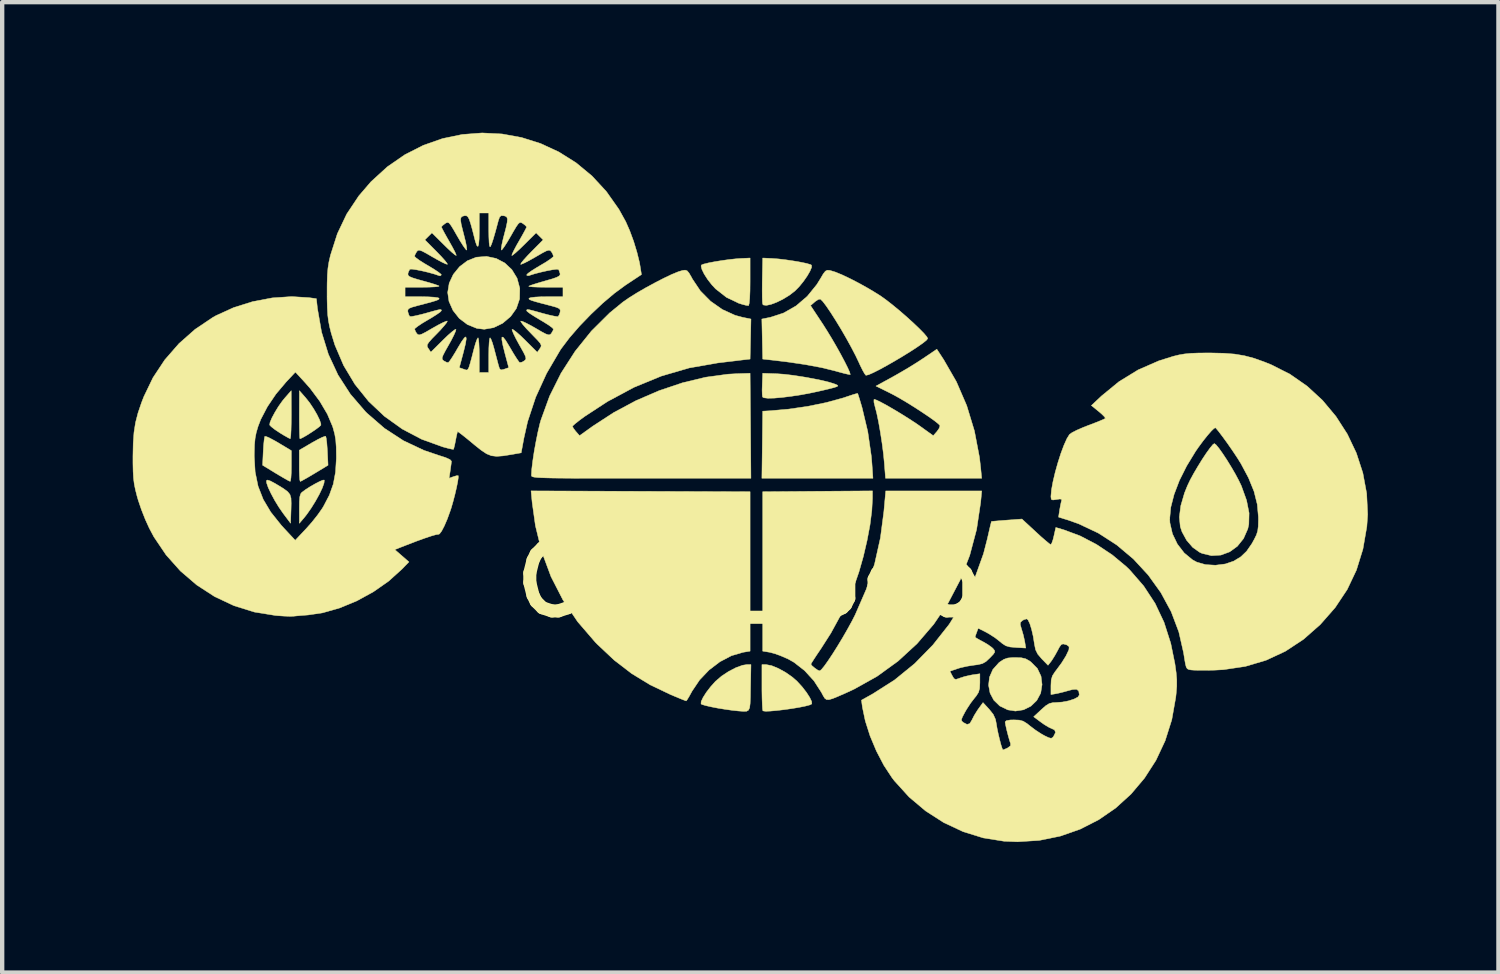
<source format=kicad_pcb>
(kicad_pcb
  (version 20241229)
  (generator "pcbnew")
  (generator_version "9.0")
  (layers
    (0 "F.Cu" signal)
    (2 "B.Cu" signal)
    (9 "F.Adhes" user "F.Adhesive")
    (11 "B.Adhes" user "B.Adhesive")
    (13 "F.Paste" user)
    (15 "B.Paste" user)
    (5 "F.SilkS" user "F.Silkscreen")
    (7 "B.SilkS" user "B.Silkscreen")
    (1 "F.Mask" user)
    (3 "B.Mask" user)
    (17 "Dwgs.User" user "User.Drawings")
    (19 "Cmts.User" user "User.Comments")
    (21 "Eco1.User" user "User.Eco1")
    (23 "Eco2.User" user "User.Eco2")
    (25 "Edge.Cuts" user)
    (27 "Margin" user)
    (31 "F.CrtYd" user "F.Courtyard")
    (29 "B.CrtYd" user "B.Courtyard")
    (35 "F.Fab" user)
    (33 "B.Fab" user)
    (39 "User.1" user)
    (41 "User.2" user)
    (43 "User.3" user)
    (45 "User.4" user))
  (footprint "CCC_logo"
    (layer "F.Cu")
    (at 14.168 10.299)
    (property "Reference" "CCC_logo" (at 0 0 0) (layer "F.SilkS") (effects (font (size 1.524 1.524) (thickness 0.3))))
    (attr through_hole)
    (fp_poly (pts (xy -11.007 -2.298) (xy -10.894 -2.238) (xy -10.853 -2.213) (xy -10.706 -2.124) (xy -10.611 -2.054) (xy -10.556 -1.987) (xy -10.531 -1.903) (xy -10.527 -1.786) (xy -10.53 -1.649) (xy -10.541 -1.326) (xy -10.713 -1.555) (xy -10.811 -1.697) (xy -10.906 -1.852) (xy -10.989 -2.007) (xy -11.054 -2.144) (xy -11.091 -2.251) (xy -11.097 -2.303) (xy -11.072 -2.319) (xy -11.007 -2.298)) (stroke (width 0.01) (type solid)) (fill yes) (layer "F.SilkS"))
    (fp_poly (pts (xy -9.772 -2.25) (xy -9.812 -2.137) (xy -9.879 -1.995) (xy -9.967 -1.836) (xy -10.066 -1.676) (xy -10.169 -1.529) (xy -10.231 -1.451) (xy -10.339 -1.324) (xy -10.34 -1.656) (xy -10.338 -1.823) (xy -10.329 -1.933) (xy -10.31 -2) (xy -10.281 -2.037) (xy -10.195 -2.1) (xy -10.087 -2.169) (xy -9.973 -2.234) (xy -9.87 -2.287) (xy -9.796 -2.318) (xy -9.766 -2.318) (xy -9.772 -2.25)) (stroke (width 0.01) (type solid)) (fill yes) (layer "F.SilkS"))
    (fp_poly (pts (xy -11.092 -3.315) (xy -11.007 -3.276) (xy -10.889 -3.213) (xy -10.816 -3.17) (xy -10.523 -2.994) (xy -10.523 -2.64) (xy -10.525 -2.49) (xy -10.532 -2.372) (xy -10.543 -2.301) (xy -10.55 -2.287) (xy -10.591 -2.305) (xy -10.678 -2.354) (xy -10.798 -2.424) (xy -10.881 -2.474) (xy -11.184 -2.659) (xy -11.169 -2.98) (xy -11.16 -3.125) (xy -11.148 -3.242) (xy -11.136 -3.312) (xy -11.131 -3.323) (xy -11.092 -3.315)) (stroke (width 0.01) (type solid)) (fill yes) (layer "F.SilkS"))
    (fp_poly (pts (xy -10.195 -4.209) (xy -10.103 -4.093) (xy -10.013 -3.958) (xy -9.934 -3.823) (xy -9.875 -3.702) (xy -9.845 -3.612) (xy -9.845 -3.579) (xy -9.88 -3.544) (xy -9.959 -3.485) (xy -10.062 -3.415) (xy -10.169 -3.347) (xy -10.262 -3.294) (xy -10.32 -3.267) (xy -10.326 -3.266) (xy -10.331 -3.3) (xy -10.335 -3.394) (xy -10.338 -3.536) (xy -10.34 -3.714) (xy -10.34 -3.819) (xy -10.338 -4.372) (xy -10.195 -4.209)) (stroke (width 0.01) (type solid)) (fill yes) (layer "F.SilkS"))
    (fp_poly (pts (xy -9.734 -3.324) (xy -9.722 -3.279) (xy -9.709 -3.18) (xy -9.699 -3.044) (xy -9.695 -2.979) (xy -9.68 -2.659) (xy -9.988 -2.472) (xy -10.121 -2.393) (xy -10.23 -2.331) (xy -10.301 -2.293) (xy -10.319 -2.286) (xy -10.329 -2.32) (xy -10.336 -2.411) (xy -10.341 -2.543) (xy -10.341 -2.645) (xy -10.341 -3.005) (xy -10.05 -3.176) (xy -9.92 -3.248) (xy -9.815 -3.3) (xy -9.749 -3.324) (xy -9.734 -3.324)) (stroke (width 0.01) (type solid)) (fill yes) (layer "F.SilkS"))
    (fp_poly (pts (xy 2.503 -4.271) (xy 2.532 -4.181) (xy 2.57 -4.053) (xy 2.591 -3.982) (xy 2.722 -3.432) (xy 2.804 -2.864) (xy 2.818 -2.694) (xy 2.841 -2.359) (xy 0.289 -2.359) (xy 0.299 -3.13) (xy 0.308 -3.901) (xy 0.472 -3.91) (xy 0.904 -3.948) (xy 1.344 -4.012) (xy 1.768 -4.099) (xy 2.151 -4.204) (xy 2.272 -4.244) (xy 2.383 -4.281) (xy 2.462 -4.304) (xy 2.49 -4.308) (xy 2.503 -4.271)) (stroke (width 0.01) (type solid)) (fill yes) (layer "F.SilkS"))
    (fp_poly (pts (xy -10.524 -3.819) (xy -10.526 -3.628) (xy -10.53 -3.466) (xy -10.536 -3.345) (xy -10.545 -3.278) (xy -10.55 -3.268) (xy -10.592 -3.288) (xy -10.678 -3.336) (xy -10.788 -3.403) (xy -10.792 -3.406) (xy -10.902 -3.479) (xy -10.984 -3.543) (xy -11.022 -3.583) (xy -11.022 -3.584) (xy -11.013 -3.644) (xy -10.97 -3.746) (xy -10.902 -3.873) (xy -10.819 -4.009) (xy -10.729 -4.136) (xy -10.669 -4.209) (xy -10.526 -4.372) (xy -10.524 -3.819)) (stroke (width 0.01) (type solid)) (fill yes) (layer "F.SilkS"))
    (fp_poly (pts (xy -5.816 -7.41) (xy -5.619 -7.306) (xy -5.456 -7.153) (xy -5.337 -6.958) (xy -5.275 -6.729) (xy -5.274 -6.72) (xy -5.279 -6.479) (xy -5.353 -6.26) (xy -5.483 -6.078) (xy -5.669 -5.92) (xy -5.876 -5.82) (xy -6.09 -5.783) (xy -6.259 -5.803) (xy -6.477 -5.891) (xy -6.664 -6.032) (xy -6.808 -6.214) (xy -6.901 -6.423) (xy -6.931 -6.629) (xy -6.896 -6.842) (xy -6.802 -7.044) (xy -6.659 -7.22) (xy -6.479 -7.357) (xy -6.275 -7.438) (xy -6.271 -7.439) (xy -6.037 -7.457) (xy -5.816 -7.41)) (stroke (width 0.01) (type solid)) (fill yes) (layer "F.SilkS"))
    (fp_poly (pts (xy 0.018 -6.879) (xy 0.016 -6.663) (xy 0.009 -6.494) (xy -0.002 -6.38) (xy -0.016 -6.329) (xy -0.018 -6.327) (xy -0.07 -6.332) (xy -0.166 -6.357) (xy -0.243 -6.381) (xy -0.525 -6.516) (xy -0.774 -6.711) (xy -0.859 -6.802) (xy -0.956 -6.926) (xy -1.036 -7.05) (xy -1.089 -7.159) (xy -1.108 -7.236) (xy -1.1 -7.26) (xy -1.049 -7.281) (xy -0.943 -7.307) (xy -0.798 -7.335) (xy -0.631 -7.362) (xy -0.459 -7.386) (xy -0.298 -7.403) (xy -0.2 -7.41) (xy 0.018 -7.42) (xy 0.018 -6.879)) (stroke (width 0.01) (type solid)) (fill yes) (layer "F.SilkS"))
    (fp_poly (pts (xy 6.253 1.766) (xy 6.351 1.789) (xy 6.438 1.838) (xy 6.471 1.862) (xy 6.619 2.011) (xy 6.703 2.188) (xy 6.727 2.381) (xy 6.696 2.578) (xy 6.606 2.746) (xy 6.471 2.877) (xy 6.302 2.961) (xy 6.113 2.99) (xy 5.94 2.963) (xy 5.755 2.873) (xy 5.618 2.74) (xy 5.532 2.577) (xy 5.498 2.396) (xy 5.519 2.211) (xy 5.596 2.035) (xy 5.733 1.881) (xy 5.757 1.862) (xy 5.849 1.802) (xy 5.939 1.771) (xy 6.061 1.76) (xy 6.114 1.76) (xy 6.253 1.766)) (stroke (width 0.01) (type solid)) (fill yes) (layer "F.SilkS"))
    (fp_poly (pts (xy 0.635 -4.761) (xy 0.804 -4.749) (xy 1.012 -4.724) (xy 1.239 -4.689) (xy 1.467 -4.648) (xy 1.678 -4.605) (xy 1.853 -4.561) (xy 1.97 -4.523) (xy 2.018 -4.502) (xy 2.036 -4.484) (xy 2.017 -4.467) (xy 1.95 -4.444) (xy 1.829 -4.413) (xy 1.686 -4.379) (xy 1.446 -4.326) (xy 1.205 -4.28) (xy 0.971 -4.244) (xy 0.756 -4.217) (xy 0.571 -4.201) (xy 0.426 -4.198) (xy 0.333 -4.209) (xy 0.304 -4.227) (xy 0.297 -4.283) (xy 0.294 -4.389) (xy 0.298 -4.521) (xy 0.308 -4.772) (xy 0.635 -4.761)) (stroke (width 0.01) (type solid)) (fill yes) (layer "F.SilkS"))
    (fp_poly (pts (xy 0.39 1.923) (xy 0.514 1.947) (xy 0.669 2.011) (xy 0.836 2.103) (xy 0.995 2.215) (xy 1.101 2.309) (xy 1.214 2.433) (xy 1.313 2.561) (xy 1.389 2.679) (xy 1.433 2.772) (xy 1.436 2.826) (xy 1.39 2.849) (xy 1.288 2.876) (xy 1.145 2.905) (xy 0.977 2.933) (xy 0.8 2.958) (xy 0.629 2.978) (xy 0.481 2.991) (xy 0.371 2.995) (xy 0.314 2.986) (xy 0.312 2.985) (xy 0.304 2.943) (xy 0.298 2.841) (xy 0.293 2.695) (xy 0.29 2.516) (xy 0.29 2.443) (xy 0.29 1.923) (xy 0.39 1.923)) (stroke (width 0.01) (type solid)) (fill yes) (layer "F.SilkS"))
    (fp_poly (pts (xy 0.526 -7.41) (xy 0.672 -7.399) (xy 0.84 -7.379) (xy 1.014 -7.353) (xy 1.177 -7.325) (xy 1.312 -7.297) (xy 1.402 -7.271) (xy 1.429 -7.257) (xy 1.432 -7.208) (xy 1.395 -7.119) (xy 1.329 -7.005) (xy 1.243 -6.882) (xy 1.147 -6.764) (xy 1.052 -6.667) (xy 0.925 -6.568) (xy 0.782 -6.48) (xy 0.636 -6.407) (xy 0.502 -6.356) (xy 0.393 -6.332) (xy 0.323 -6.341) (xy 0.307 -6.36) (xy 0.301 -6.412) (xy 0.297 -6.522) (xy 0.296 -6.676) (xy 0.297 -6.857) (xy 0.298 -6.914) (xy 0.308 -7.42) (xy 0.526 -7.41)) (stroke (width 0.01) (type solid)) (fill yes) (layer "F.SilkS"))
    (fp_poly (pts (xy 0.028 2.458) (xy 0.025 2.669) (xy 0.019 2.818) (xy 0.007 2.914) (xy -0.019 2.97) (xy -0.062 2.994) (xy -0.129 2.997) (xy -0.226 2.99) (xy -0.254 2.988) (xy -0.394 2.973) (xy -0.556 2.95) (xy -0.723 2.923) (xy -0.877 2.893) (xy -1.004 2.864) (xy -1.087 2.839) (xy -1.109 2.826) (xy -1.106 2.77) (xy -1.062 2.677) (xy -0.987 2.559) (xy -0.89 2.433) (xy -0.782 2.312) (xy -0.772 2.302) (xy -0.636 2.186) (xy -0.475 2.08) (xy -0.308 1.993) (xy -0.157 1.938) (xy -0.063 1.923) (xy 0.038 1.923) (xy 0.028 2.458)) (stroke (width 0.01) (type solid)) (fill yes) (layer "F.SilkS"))
    (fp_poly (pts (xy -2.498 -2.059) (xy 0.018 -2.05) (xy 0.018 1.613) (xy -0.145 1.64) (xy -0.413 1.719) (xy -0.677 1.858) (xy -0.925 2.047) (xy -1.142 2.275) (xy -1.314 2.53) (xy -1.326 2.552) (xy -1.384 2.657) (xy -1.429 2.731) (xy -1.451 2.757) (xy -1.49 2.743) (xy -1.581 2.707) (xy -1.708 2.654) (xy -1.806 2.613) (xy -2.276 2.389) (xy -2.703 2.129) (xy -3.104 1.821) (xy -3.495 1.453) (xy -3.54 1.407) (xy -3.944 0.938) (xy -4.283 0.436) (xy -4.557 -0.099) (xy -4.768 -0.667) (xy -4.915 -1.27) (xy -4.99 -1.805) (xy -5.015 -2.069) (xy -2.498 -2.059)) (stroke (width 0.01) (type solid)) (fill yes) (layer "F.SilkS"))
    (fp_poly (pts (xy 10.726 -3.127) (xy 10.793 -3.046) (xy 10.878 -2.926) (xy 10.975 -2.779) (xy 11.074 -2.618) (xy 11.169 -2.455) (xy 11.25 -2.302) (xy 11.307 -2.183) (xy 11.426 -1.853) (xy 11.484 -1.56) (xy 11.478 -1.303) (xy 11.455 -1.197) (xy 11.357 -0.974) (xy 11.214 -0.796) (xy 11.037 -0.668) (xy 10.836 -0.594) (xy 10.621 -0.581) (xy 10.404 -0.633) (xy 10.347 -0.659) (xy 10.188 -0.772) (xy 10.048 -0.935) (xy 9.943 -1.128) (xy 9.903 -1.248) (xy 9.882 -1.468) (xy 9.915 -1.728) (xy 10 -2.02) (xy 10.067 -2.187) (xy 10.13 -2.319) (xy 10.213 -2.472) (xy 10.309 -2.635) (xy 10.408 -2.795) (xy 10.504 -2.94) (xy 10.588 -3.056) (xy 10.652 -3.133) (xy 10.686 -3.157) (xy 10.726 -3.127)) (stroke (width 0.01) (type solid)) (fill yes) (layer "F.SilkS"))
    (fp_poly (pts (xy 4.467 -5.084) (xy 4.759 -4.577) (xy 4.996 -4.029) (xy 5.173 -3.447) (xy 5.289 -2.84) (xy 5.316 -2.603) (xy 5.34 -2.359) (xy 3.13 -2.359) (xy 3.104 -2.694) (xy 3.083 -2.914) (xy 3.051 -3.16) (xy 3.012 -3.414) (xy 2.97 -3.653) (xy 2.927 -3.859) (xy 2.89 -4) (xy 2.864 -4.107) (xy 2.864 -4.166) (xy 2.874 -4.173) (xy 2.928 -4.154) (xy 3.031 -4.103) (xy 3.17 -4.028) (xy 3.331 -3.934) (xy 3.502 -3.831) (xy 3.671 -3.725) (xy 3.826 -3.624) (xy 3.922 -3.557) (xy 4.227 -3.338) (xy 4.311 -3.433) (xy 4.363 -3.507) (xy 4.382 -3.565) (xy 4.381 -3.569) (xy 4.344 -3.61) (xy 4.255 -3.681) (xy 4.127 -3.772) (xy 3.971 -3.877) (xy 3.799 -3.989) (xy 3.622 -4.099) (xy 3.452 -4.2) (xy 3.3 -4.284) (xy 3.235 -4.317) (xy 2.91 -4.478) (xy 3.292 -4.687) (xy 3.485 -4.797) (xy 3.696 -4.922) (xy 3.892 -5.045) (xy 3.991 -5.11) (xy 4.309 -5.325) (xy 4.467 -5.084)) (stroke (width 0.01) (type solid)) (fill yes) (layer "F.SilkS"))
    (fp_poly (pts (xy 2.83 -1.895) (xy 2.815 -1.614) (xy 2.773 -1.285) (xy 2.706 -0.929) (xy 2.621 -0.564) (xy 2.52 -0.209) (xy 2.407 0.118) (xy 2.389 0.163) (xy 2.157 0.682) (xy 1.875 1.198) (xy 1.647 1.555) (xy 1.555 1.691) (xy 1.48 1.805) (xy 1.431 1.883) (xy 1.415 1.912) (xy 1.442 1.95) (xy 1.504 2.002) (xy 1.572 2.049) (xy 1.618 2.067) (xy 1.656 2.038) (xy 1.724 1.955) (xy 1.813 1.83) (xy 1.918 1.672) (xy 2.031 1.492) (xy 2.147 1.3) (xy 2.258 1.107) (xy 2.359 0.923) (xy 2.432 0.78) (xy 2.687 0.193) (xy 2.879 -0.391) (xy 3.013 -0.991) (xy 3.092 -1.595) (xy 3.135 -2.068) (xy 5.341 -2.068) (xy 5.316 -1.805) (xy 5.223 -1.183) (xy 5.065 -0.588) (xy 4.847 -0.024) (xy 4.57 0.505) (xy 4.238 0.995) (xy 3.854 1.442) (xy 3.419 1.842) (xy 2.937 2.191) (xy 2.411 2.485) (xy 2.232 2.568) (xy 2.048 2.649) (xy 1.919 2.702) (xy 1.832 2.728) (xy 1.774 2.726) (xy 1.733 2.696) (xy 1.697 2.637) (xy 1.657 2.561) (xy 1.485 2.295) (xy 1.269 2.059) (xy 1.025 1.869) (xy 0.896 1.796) (xy 0.746 1.73) (xy 0.597 1.674) (xy 0.479 1.642) (xy 0.472 1.64) (xy 0.308 1.613) (xy 0.308 -2.05) (xy 1.569 -2.06) (xy 2.83 -2.069) (xy 2.83 -1.895)) (stroke (width 0.01) (type solid)) (fill yes) (layer "F.SilkS"))
    (fp_poly (pts (xy 1.85 -7.136) (xy 1.861 -7.133) (xy 1.979 -7.097) (xy 2.143 -7.029) (xy 2.337 -6.936) (xy 2.548 -6.826) (xy 2.759 -6.707) (xy 2.957 -6.587) (xy 3.022 -6.545) (xy 3.15 -6.453) (xy 3.298 -6.337) (xy 3.459 -6.204) (xy 3.62 -6.064) (xy 3.773 -5.925) (xy 3.907 -5.797) (xy 4.013 -5.689) (xy 4.08 -5.609) (xy 4.1 -5.57) (xy 4.069 -5.53) (xy 3.985 -5.463) (xy 3.859 -5.375) (xy 3.703 -5.273) (xy 3.527 -5.164) (xy 3.342 -5.054) (xy 3.16 -4.95) (xy 2.992 -4.858) (xy 2.849 -4.786) (xy 2.742 -4.739) (xy 2.682 -4.725) (xy 2.679 -4.725) (xy 2.649 -4.762) (xy 2.6 -4.849) (xy 2.541 -4.969) (xy 2.524 -5.008) (xy 2.444 -5.176) (xy 2.344 -5.368) (xy 2.23 -5.575) (xy 2.109 -5.784) (xy 1.987 -5.984) (xy 1.872 -6.165) (xy 1.77 -6.315) (xy 1.688 -6.423) (xy 1.633 -6.477) (xy 1.588 -6.469) (xy 1.517 -6.423) (xy 1.504 -6.412) (xy 1.407 -6.328) (xy 1.694 -5.894) (xy 1.793 -5.737) (xy 1.899 -5.563) (xy 2.005 -5.38) (xy 2.104 -5.202) (xy 2.191 -5.038) (xy 2.26 -4.9) (xy 2.305 -4.799) (xy 2.32 -4.746) (xy 2.318 -4.741) (xy 2.28 -4.746) (xy 2.187 -4.767) (xy 2.056 -4.802) (xy 1.959 -4.829) (xy 1.656 -4.903) (xy 1.286 -4.972) (xy 0.854 -5.035) (xy 0.562 -5.07) (xy 0.308 -5.098) (xy 0.298 -5.558) (xy 0.288 -6.018) (xy 0.488 -6.059) (xy 0.79 -6.158) (xy 1.075 -6.321) (xy 1.332 -6.541) (xy 1.551 -6.811) (xy 1.634 -6.945) (xy 1.7 -7.057) (xy 1.748 -7.118) (xy 1.792 -7.14) (xy 1.85 -7.136)) (stroke (width 0.01) (type solid)) (fill yes) (layer "F.SilkS"))
    (fp_poly (pts (xy -1.429 -7.127) (xy -1.386 -7.077) (xy -1.329 -6.979) (xy -1.307 -6.937) (xy -1.124 -6.664) (xy -0.891 -6.428) (xy -0.621 -6.238) (xy -0.327 -6.104) (xy -0.161 -6.059) (xy 0.038 -6.018) (xy 0.028 -5.558) (xy 0.018 -5.098) (xy -0.181 -5.075) (xy -0.309 -5.059) (xy -0.479 -5.039) (xy -0.663 -5.017) (xy -0.737 -5.008) (xy -1.384 -4.894) (xy -2.02 -4.708) (xy -2.646 -4.451) (xy -3.26 -4.122) (xy -3.783 -3.78) (xy -3.904 -3.691) (xy -3.999 -3.616) (xy -4.055 -3.565) (xy -4.064 -3.552) (xy -4.042 -3.508) (xy -3.989 -3.438) (xy -3.982 -3.431) (xy -3.901 -3.338) (xy -3.597 -3.556) (xy -3.116 -3.869) (xy -2.604 -4.143) (xy -2.073 -4.372) (xy -1.536 -4.553) (xy -1.005 -4.681) (xy -0.491 -4.751) (xy -0.29 -4.762) (xy 0.018 -4.772) (xy 0.028 -3.565) (xy 0.037 -2.359) (xy -2.485 -2.359) (xy -2.974 -2.359) (xy -3.395 -2.359) (xy -3.753 -2.359) (xy -4.054 -2.36) (xy -4.303 -2.362) (xy -4.504 -2.364) (xy -4.663 -2.368) (xy -4.784 -2.372) (xy -4.873 -2.377) (xy -4.935 -2.384) (xy -4.974 -2.392) (xy -4.996 -2.402) (xy -5.005 -2.413) (xy -5.007 -2.427) (xy -5.007 -2.429) (xy -4.999 -2.568) (xy -4.976 -2.757) (xy -4.943 -2.976) (xy -4.901 -3.207) (xy -4.856 -3.429) (xy -4.81 -3.623) (xy -4.788 -3.699) (xy -4.589 -4.247) (xy -4.325 -4.776) (xy -4.002 -5.278) (xy -3.628 -5.743) (xy -3.209 -6.159) (xy -2.905 -6.408) (xy -2.762 -6.507) (xy -2.583 -6.619) (xy -2.381 -6.736) (xy -2.171 -6.85) (xy -1.967 -6.955) (xy -1.783 -7.043) (xy -1.632 -7.105) (xy -1.537 -7.134) (xy -1.475 -7.142) (xy -1.429 -7.127)) (stroke (width 0.01) (type solid)) (fill yes) (layer "F.SilkS"))
    (fp_poly (pts (xy -10.114 -6.509) (xy -9.948 -6.486) (xy -9.924 -6.264) (xy -9.829 -5.718) (xy -9.672 -5.208) (xy -9.451 -4.733) (xy -9.168 -4.294) (xy -8.822 -3.892) (xy -8.784 -3.854) (xy -8.384 -3.507) (xy -7.946 -3.222) (xy -7.475 -3) (xy -7.148 -2.889) (xy -6.979 -2.835) (xy -6.878 -2.789) (xy -6.844 -2.751) (xy -6.844 -2.748) (xy -6.852 -2.682) (xy -6.866 -2.577) (xy -6.873 -2.527) (xy -6.899 -2.359) (xy -6.801 -2.396) (xy -6.726 -2.418) (xy -6.688 -2.419) (xy -6.687 -2.375) (xy -6.701 -2.278) (xy -6.728 -2.144) (xy -6.764 -1.989) (xy -6.806 -1.828) (xy -6.849 -1.679) (xy -6.872 -1.61) (xy -6.94 -1.422) (xy -7.008 -1.264) (xy -7.069 -1.147) (xy -7.119 -1.08) (xy -7.147 -1.07) (xy -7.194 -1.065) (xy -7.3 -1.035) (xy -7.456 -0.983) (xy -7.655 -0.911) (xy -7.888 -0.821) (xy -8.037 -0.763) (xy -8.146 -0.719) (xy -7.821 -0.437) (xy -7.984 -0.269) (xy -8.289 0.006) (xy -8.64 0.251) (xy -9.02 0.459) (xy -9.415 0.622) (xy -9.809 0.734) (xy -10.137 0.782) (xy -10.281 0.793) (xy -10.407 0.804) (xy -10.487 0.812) (xy -10.564 0.813) (xy -10.691 0.808) (xy -10.842 0.798) (xy -10.886 0.794) (xy -11.373 0.715) (xy -11.842 0.569) (xy -12.286 0.36) (xy -12.698 0.093) (xy -13.072 -0.228) (xy -13.402 -0.598) (xy -13.682 -1.013) (xy -13.789 -1.214) (xy -13.879 -1.412) (xy -13.968 -1.637) (xy -14.041 -1.852) (xy -14.067 -1.941) (xy -14.106 -2.094) (xy -14.133 -2.227) (xy -14.15 -2.36) (xy -14.159 -2.513) (xy -14.163 -2.705) (xy -14.163 -2.867) (xy -11.376 -2.867) (xy -11.355 -2.504) (xy -11.288 -2.177) (xy -11.17 -1.874) (xy -10.995 -1.58) (xy -10.757 -1.282) (xy -10.687 -1.205) (xy -10.434 -0.934) (xy -10.179 -1.205) (xy -10.05 -1.351) (xy -9.923 -1.511) (xy -9.819 -1.658) (xy -9.787 -1.709) (xy -9.65 -1.971) (xy -9.559 -2.227) (xy -9.508 -2.501) (xy -9.489 -2.816) (xy -9.489 -2.867) (xy -9.492 -3.075) (xy -9.503 -3.235) (xy -9.526 -3.371) (xy -9.563 -3.509) (xy -9.576 -3.551) (xy -9.696 -3.834) (xy -9.871 -4.13) (xy -10.09 -4.424) (xy -10.216 -4.567) (xy -10.43 -4.799) (xy -10.644 -4.571) (xy -10.877 -4.295) (xy -11.074 -4.003) (xy -11.225 -3.714) (xy -11.288 -3.551) (xy -11.33 -3.409) (xy -11.356 -3.275) (xy -11.37 -3.124) (xy -11.375 -2.932) (xy -11.376 -2.867) (xy -14.163 -2.867) (xy -14.157 -3.165) (xy -14.139 -3.414) (xy -14.104 -3.638) (xy -14.047 -3.859) (xy -13.965 -4.1) (xy -13.913 -4.234) (xy -13.703 -4.67) (xy -13.432 -5.08) (xy -13.106 -5.454) (xy -12.736 -5.781) (xy -12.33 -6.054) (xy -12.254 -6.097) (xy -11.847 -6.282) (xy -11.41 -6.419) (xy -10.961 -6.504) (xy -10.517 -6.534) (xy -10.114 -6.509)) (stroke (width 0.01) (type solid)) (fill yes) (layer "F.SilkS"))
    (fp_poly (pts (xy 10.595 -5.239) (xy 10.898 -5.232) (xy 11.151 -5.213) (xy 11.377 -5.175) (xy 11.6 -5.116) (xy 11.84 -5.03) (xy 11.991 -4.969) (xy 12.423 -4.751) (xy 12.818 -4.476) (xy 13.172 -4.15) (xy 13.481 -3.78) (xy 13.742 -3.374) (xy 13.949 -2.939) (xy 14.098 -2.482) (xy 14.186 -2.009) (xy 14.209 -1.529) (xy 14.19 -1.251) (xy 14.1 -0.731) (xy 13.951 -0.25) (xy 13.739 0.197) (xy 13.462 0.613) (xy 13.12 1.002) (xy 12.734 1.342) (xy 12.318 1.616) (xy 11.873 1.823) (xy 11.398 1.964) (xy 10.894 2.039) (xy 10.686 2.05) (xy 10.506 2.053) (xy 10.343 2.053) (xy 10.217 2.05) (xy 10.149 2.045) (xy 10.098 2.035) (xy 10.064 2.018) (xy 10.04 1.98) (xy 10.021 1.907) (xy 10 1.787) (xy 9.979 1.652) (xy 9.869 1.17) (xy 9.694 0.707) (xy 9.457 0.269) (xy 9.166 -0.136) (xy 8.826 -0.504) (xy 8.442 -0.827) (xy 8.02 -1.099) (xy 7.565 -1.314) (xy 7.318 -1.401) (xy 7.226 -1.429) (xy 9.66 -1.429) (xy 9.665 -1.335) (xy 9.723 -1.083) (xy 9.836 -0.847) (xy 9.994 -0.642) (xy 10.185 -0.485) (xy 10.283 -0.432) (xy 10.482 -0.375) (xy 10.71 -0.361) (xy 10.939 -0.39) (xy 11.132 -0.456) (xy 11.294 -0.555) (xy 11.427 -0.682) (xy 11.547 -0.855) (xy 11.604 -0.958) (xy 11.653 -1.058) (xy 11.682 -1.149) (xy 11.695 -1.256) (xy 11.699 -1.403) (xy 11.698 -1.47) (xy 11.672 -1.761) (xy 11.598 -2.057) (xy 11.471 -2.369) (xy 11.299 -2.692) (xy 11.215 -2.827) (xy 11.108 -2.988) (xy 10.991 -3.157) (xy 10.876 -3.315) (xy 10.777 -3.445) (xy 10.714 -3.52) (xy 10.681 -3.507) (xy 10.616 -3.445) (xy 10.528 -3.344) (xy 10.426 -3.216) (xy 10.32 -3.072) (xy 10.256 -2.98) (xy 10.05 -2.642) (xy 9.883 -2.309) (xy 9.761 -1.989) (xy 9.685 -1.693) (xy 9.66 -1.429) (xy 7.226 -1.429) (xy 7.106 -1.467) (xy 7.13 -1.627) (xy 7.15 -1.738) (xy 7.169 -1.824) (xy 7.175 -1.842) (xy 7.177 -1.876) (xy 7.136 -1.883) (xy 7.063 -1.872) (xy 6.976 -1.86) (xy 6.939 -1.875) (xy 6.931 -1.931) (xy 6.931 -1.949) (xy 6.944 -2.095) (xy 6.978 -2.281) (xy 7.028 -2.493) (xy 7.09 -2.714) (xy 7.158 -2.927) (xy 7.229 -3.117) (xy 7.297 -3.269) (xy 7.357 -3.366) (xy 7.359 -3.368) (xy 7.417 -3.409) (xy 7.527 -3.465) (xy 7.672 -3.528) (xy 7.794 -3.576) (xy 7.947 -3.634) (xy 8.072 -3.684) (xy 8.155 -3.721) (xy 8.182 -3.737) (xy 8.164 -3.769) (xy 8.102 -3.831) (xy 8.028 -3.895) (xy 7.86 -4.031) (xy 8.094 -4.251) (xy 8.495 -4.58) (xy 8.933 -4.849) (xy 9.411 -5.058) (xy 9.742 -5.162) (xy 9.874 -5.194) (xy 10.001 -5.216) (xy 10.143 -5.23) (xy 10.317 -5.237) (xy 10.542 -5.239) (xy 10.595 -5.239)) (stroke (width 0.01) (type solid)) (fill yes) (layer "F.SilkS"))
    (fp_poly (pts (xy 6.582 -1.129) (xy 6.707 -1.014) (xy 6.815 -0.921) (xy 6.892 -0.857) (xy 6.927 -0.835) (xy 6.95 -0.867) (xy 6.979 -0.95) (xy 6.999 -1.032) (xy 7.043 -1.229) (xy 7.232 -1.173) (xy 7.602 -1.035) (xy 7.976 -0.84) (xy 8.336 -0.601) (xy 8.662 -0.33) (xy 8.744 -0.25) (xy 9.062 0.116) (xy 9.324 0.515) (xy 9.53 0.951) (xy 9.684 1.432) (xy 9.78 1.903) (xy 9.808 2.104) (xy 9.822 2.266) (xy 9.822 2.419) (xy 9.808 2.593) (xy 9.799 2.676) (xy 9.708 3.19) (xy 9.555 3.673) (xy 9.345 4.121) (xy 9.082 4.53) (xy 8.772 4.897) (xy 8.419 5.218) (xy 8.027 5.488) (xy 7.601 5.705) (xy 7.145 5.864) (xy 6.664 5.962) (xy 6.162 5.994) (xy 5.852 5.981) (xy 5.376 5.905) (xy 4.912 5.761) (xy 4.468 5.553) (xy 4.052 5.286) (xy 3.671 4.965) (xy 3.333 4.592) (xy 3.278 4.52) (xy 3.092 4.237) (xy 2.921 3.91) (xy 2.775 3.562) (xy 2.665 3.217) (xy 2.599 2.903) (xy 2.577 2.74) (xy 2.838 2.594) (xy 3.337 2.276) (xy 3.584 2.075) (xy 4.61 2.075) (xy 4.663 2.178) (xy 4.704 2.246) (xy 4.747 2.263) (xy 4.821 2.239) (xy 4.835 2.233) (xy 4.946 2.197) (xy 5.082 2.166) (xy 5.125 2.158) (xy 5.298 2.133) (xy 5.298 2.34) (xy 5.292 2.469) (xy 5.267 2.56) (xy 5.212 2.646) (xy 5.177 2.688) (xy 5.087 2.805) (xy 4.995 2.946) (xy 4.954 3.017) (xy 4.898 3.123) (xy 4.875 3.185) (xy 4.883 3.221) (xy 4.918 3.253) (xy 4.918 3.253) (xy 5.004 3.297) (xy 5.067 3.277) (xy 5.117 3.192) (xy 5.167 3.093) (xy 5.239 2.977) (xy 5.266 2.938) (xy 5.37 2.795) (xy 5.512 2.949) (xy 5.606 3.067) (xy 5.657 3.181) (xy 5.677 3.284) (xy 5.694 3.389) (xy 5.721 3.518) (xy 5.753 3.65) (xy 5.784 3.768) (xy 5.811 3.851) (xy 5.828 3.883) (xy 5.865 3.869) (xy 5.932 3.84) (xy 6.001 3.789) (xy 6.004 3.74) (xy 5.978 3.66) (xy 5.946 3.545) (xy 5.914 3.421) (xy 5.89 3.312) (xy 5.878 3.244) (xy 5.878 3.24) (xy 5.907 3.21) (xy 5.997 3.195) (xy 6.08 3.193) (xy 6.203 3.198) (xy 6.292 3.222) (xy 6.381 3.277) (xy 6.452 3.334) (xy 6.578 3.429) (xy 6.713 3.517) (xy 6.783 3.556) (xy 6.88 3.602) (xy 6.935 3.616) (xy 6.969 3.599) (xy 6.992 3.571) (xy 7.036 3.482) (xy 7.014 3.423) (xy 6.958 3.397) (xy 6.884 3.363) (xy 6.78 3.301) (xy 6.705 3.248) (xy 6.534 3.121) (xy 6.709 2.958) (xy 6.812 2.867) (xy 6.893 2.817) (xy 6.974 2.797) (xy 7.046 2.794) (xy 7.193 2.783) (xy 7.338 2.755) (xy 7.463 2.714) (xy 7.551 2.668) (xy 7.583 2.62) (xy 7.57 2.531) (xy 7.523 2.49) (xy 7.433 2.494) (xy 7.344 2.517) (xy 7.213 2.553) (xy 7.089 2.583) (xy 7.048 2.591) (xy 6.931 2.611) (xy 6.931 2.407) (xy 6.937 2.275) (xy 6.965 2.18) (xy 7.026 2.086) (xy 7.051 2.054) (xy 7.175 1.886) (xy 7.275 1.726) (xy 7.338 1.593) (xy 7.345 1.573) (xy 7.348 1.511) (xy 7.299 1.472) (xy 7.27 1.462) (xy 7.209 1.447) (xy 7.166 1.464) (xy 7.123 1.525) (xy 7.087 1.594) (xy 7.022 1.712) (xy 6.957 1.816) (xy 6.934 1.849) (xy 6.864 1.938) (xy 6.72 1.79) (xy 6.628 1.682) (xy 6.578 1.581) (xy 6.551 1.449) (xy 6.551 1.446) (xy 6.523 1.271) (xy 6.486 1.111) (xy 6.446 0.982) (xy 6.405 0.897) (xy 6.374 0.871) (xy 6.308 0.891) (xy 6.267 0.916) (xy 6.231 0.953) (xy 6.226 1.003) (xy 6.251 1.091) (xy 6.256 1.107) (xy 6.296 1.243) (xy 6.327 1.382) (xy 6.33 1.397) (xy 6.353 1.542) (xy 6.125 1.529) (xy 5.989 1.517) (xy 5.894 1.49) (xy 5.813 1.438) (xy 5.762 1.395) (xy 5.646 1.304) (xy 5.507 1.215) (xy 5.444 1.18) (xy 5.26 1.087) (xy 5.225 1.181) (xy 5.198 1.255) (xy 5.189 1.29) (xy 5.218 1.313) (xy 5.294 1.357) (xy 5.361 1.392) (xy 5.474 1.457) (xy 5.568 1.524) (xy 5.6 1.553) (xy 5.635 1.598) (xy 5.639 1.637) (xy 5.604 1.688) (xy 5.527 1.769) (xy 5.437 1.853) (xy 5.354 1.9) (xy 5.245 1.925) (xy 5.171 1.934) (xy 5.015 1.958) (xy 4.856 1.993) (xy 4.781 2.016) (xy 4.61 2.075) (xy 3.584 2.075) (xy 3.799 1.9) (xy 4.219 1.471) (xy 4.592 0.998) (xy 4.913 0.486) (xy 5.178 -0.059) (xy 5.382 -0.628) (xy 5.467 -0.958) (xy 5.504 -1.118) (xy 5.534 -1.249) (xy 5.556 -1.336) (xy 5.564 -1.366) (xy 5.6 -1.371) (xy 5.693 -1.379) (xy 5.826 -1.39) (xy 5.917 -1.397) (xy 6.264 -1.423) (xy 6.582 -1.129)) (stroke (width 0.01) (type solid)) (fill yes) (layer "F.SilkS"))
    (fp_poly (pts (xy -5.682 -10.271) (xy -5.232 -10.189) (xy -4.795 -10.051) (xy -4.376 -9.857) (xy -3.981 -9.609) (xy -3.615 -9.306) (xy -3.286 -8.95) (xy -2.998 -8.542) (xy -2.839 -8.255) (xy -2.748 -8.048) (xy -2.658 -7.804) (xy -2.581 -7.55) (xy -2.524 -7.319) (xy -2.51 -7.239) (xy -2.478 -7.04) (xy -2.845 -6.797) (xy -3.096 -6.613) (xy -3.366 -6.385) (xy -3.639 -6.127) (xy -3.9 -5.857) (xy -4.133 -5.588) (xy -4.321 -5.339) (xy -4.346 -5.302) (xy -4.658 -4.77) (xy -4.909 -4.221) (xy -5.094 -3.662) (xy -5.179 -3.283) (xy -5.242 -2.944) (xy -5.463 -2.905) (xy -5.658 -2.874) (xy -5.806 -2.863) (xy -5.926 -2.877) (xy -6.038 -2.922) (xy -6.161 -3.004) (xy -6.316 -3.127) (xy -6.349 -3.155) (xy -6.481 -3.264) (xy -6.591 -3.352) (xy -6.669 -3.411) (xy -6.702 -3.433) (xy -6.703 -3.433) (xy -6.714 -3.395) (xy -6.734 -3.308) (xy -6.749 -3.229) (xy -6.771 -3.12) (xy -6.79 -3.045) (xy -6.797 -3.024) (xy -6.835 -3.028) (xy -6.923 -3.048) (xy -7.042 -3.08) (xy -7.527 -3.255) (xy -7.976 -3.491) (xy -8.385 -3.784) (xy -8.748 -4.127) (xy -9.062 -4.518) (xy -9.322 -4.951) (xy -9.523 -5.421) (xy -9.607 -5.693) (xy -9.645 -5.844) (xy -9.671 -5.979) (xy -9.688 -6.118) (xy -9.697 -6.282) (xy -9.702 -6.488) (xy -9.702 -6.604) (xy -9.702 -6.749) (xy -7.91 -6.749) (xy -7.91 -6.531) (xy -7.531 -6.531) (xy -7.373 -6.528) (xy -7.242 -6.52) (xy -7.157 -6.508) (xy -7.131 -6.497) (xy -7.128 -6.48) (xy -7.146 -6.464) (xy -7.196 -6.443) (xy -7.288 -6.415) (xy -7.431 -6.376) (xy -7.611 -6.329) (xy -7.742 -6.293) (xy -7.815 -6.264) (xy -7.845 -6.233) (xy -7.847 -6.191) (xy -7.845 -6.18) (xy -7.821 -6.106) (xy -7.799 -6.076) (xy -7.753 -6.077) (xy -7.654 -6.096) (xy -7.521 -6.128) (xy -7.442 -6.149) (xy -7.279 -6.195) (xy -7.173 -6.223) (xy -7.113 -6.236) (xy -7.084 -6.235) (xy -7.076 -6.222) (xy -7.076 -6.209) (xy -7.105 -6.178) (xy -7.185 -6.122) (xy -7.3 -6.049) (xy -7.384 -6) (xy -7.515 -5.922) (xy -7.618 -5.853) (xy -7.68 -5.804) (xy -7.691 -5.788) (xy -7.67 -5.732) (xy -7.642 -5.687) (xy -7.615 -5.661) (xy -7.58 -5.654) (xy -7.524 -5.672) (xy -7.434 -5.718) (xy -7.296 -5.798) (xy -7.277 -5.809) (xy -7.143 -5.884) (xy -7.032 -5.94) (xy -6.96 -5.97) (xy -6.939 -5.972) (xy -6.953 -5.938) (xy -7.01 -5.866) (xy -7.098 -5.766) (xy -7.174 -5.687) (xy -7.291 -5.568) (xy -7.362 -5.487) (xy -7.397 -5.434) (xy -7.403 -5.394) (xy -7.385 -5.356) (xy -7.375 -5.341) (xy -7.318 -5.257) (xy -7.038 -5.535) (xy -6.924 -5.645) (xy -6.828 -5.728) (xy -6.763 -5.776) (xy -6.74 -5.782) (xy -6.749 -5.74) (xy -6.788 -5.65) (xy -6.851 -5.526) (xy -6.905 -5.429) (xy -6.987 -5.284) (xy -7.037 -5.187) (xy -7.058 -5.128) (xy -7.055 -5.091) (xy -7.031 -5.065) (xy -7.02 -5.057) (xy -6.953 -5.022) (xy -6.917 -5.018) (xy -6.885 -5.053) (xy -6.828 -5.137) (xy -6.754 -5.257) (xy -6.698 -5.354) (xy -6.608 -5.504) (xy -6.546 -5.589) (xy -6.512 -5.609) (xy -6.504 -5.562) (xy -6.522 -5.448) (xy -6.566 -5.267) (xy -6.579 -5.218) (xy -6.664 -4.901) (xy -6.563 -4.866) (xy -6.521 -4.851) (xy -6.491 -4.846) (xy -6.466 -4.862) (xy -6.443 -4.908) (xy -6.416 -4.994) (xy -6.379 -5.129) (xy -6.329 -5.325) (xy -6.327 -5.332) (xy -6.292 -5.456) (xy -6.259 -5.547) (xy -6.235 -5.587) (xy -6.233 -5.588) (xy -6.222 -5.554) (xy -6.213 -5.462) (xy -6.207 -5.327) (xy -6.205 -5.189) (xy -6.205 -4.79) (xy -5.987 -4.79) (xy -5.987 -5.189) (xy -5.985 -5.349) (xy -5.978 -5.479) (xy -5.968 -5.563) (xy -5.958 -5.588) (xy -5.936 -5.556) (xy -5.903 -5.471) (xy -5.868 -5.351) (xy -5.866 -5.343) (xy -5.827 -5.195) (xy -5.79 -5.055) (xy -5.766 -4.964) (xy -5.74 -4.879) (xy -5.707 -4.849) (xy -5.648 -4.86) (xy -5.63 -4.866) (xy -5.528 -4.901) (xy -5.613 -5.218) (xy -5.662 -5.414) (xy -5.686 -5.542) (xy -5.684 -5.604) (xy -5.656 -5.599) (xy -5.6 -5.529) (xy -5.517 -5.393) (xy -5.494 -5.354) (xy -5.414 -5.218) (xy -5.344 -5.107) (xy -5.294 -5.036) (xy -5.275 -5.018) (xy -5.222 -5.028) (xy -5.172 -5.057) (xy -5.143 -5.083) (xy -5.133 -5.115) (xy -5.146 -5.166) (xy -5.187 -5.251) (xy -5.259 -5.38) (xy -5.287 -5.429) (xy -5.362 -5.567) (xy -5.418 -5.681) (xy -5.449 -5.758) (xy -5.452 -5.782) (xy -5.421 -5.771) (xy -5.35 -5.717) (xy -5.251 -5.629) (xy -5.153 -5.534) (xy -4.872 -5.254) (xy -4.812 -5.339) (xy -4.788 -5.379) (xy -4.783 -5.416) (xy -4.805 -5.462) (xy -4.862 -5.529) (xy -4.96 -5.63) (xy -5.014 -5.686) (xy -5.121 -5.797) (xy -5.202 -5.89) (xy -5.247 -5.952) (xy -5.253 -5.972) (xy -5.214 -5.964) (xy -5.128 -5.925) (xy -5.008 -5.862) (xy -4.915 -5.809) (xy -4.771 -5.725) (xy -4.676 -5.675) (xy -4.617 -5.655) (xy -4.58 -5.659) (xy -4.553 -5.683) (xy -4.55 -5.687) (xy -4.511 -5.754) (xy -4.501 -5.788) (xy -4.53 -5.82) (xy -4.609 -5.878) (xy -4.725 -5.951) (xy -4.808 -6) (xy -4.939 -6.079) (xy -5.043 -6.146) (xy -5.105 -6.194) (xy -5.116 -6.209) (xy -5.114 -6.228) (xy -5.101 -6.236) (xy -5.062 -6.233) (xy -4.987 -6.215) (xy -4.863 -6.181) (xy -4.75 -6.149) (xy -4.604 -6.111) (xy -4.485 -6.085) (xy -4.41 -6.074) (xy -4.393 -6.076) (xy -4.363 -6.123) (xy -4.347 -6.18) (xy -4.344 -6.226) (xy -4.367 -6.258) (xy -4.43 -6.287) (xy -4.547 -6.32) (xy -4.581 -6.329) (xy -4.778 -6.38) (xy -4.916 -6.418) (xy -5.003 -6.445) (xy -5.049 -6.465) (xy -5.064 -6.482) (xy -5.061 -6.497) (xy -5.018 -6.511) (xy -4.918 -6.523) (xy -4.779 -6.53) (xy -4.661 -6.531) (xy -4.282 -6.531) (xy -4.282 -6.749) (xy -4.687 -6.749) (xy -4.846 -6.751) (xy -4.971 -6.756) (xy -5.05 -6.764) (xy -5.069 -6.772) (xy -5.027 -6.791) (xy -4.93 -6.823) (xy -4.796 -6.864) (xy -4.691 -6.894) (xy -4.528 -6.941) (xy -4.425 -6.977) (xy -4.368 -7.008) (xy -4.348 -7.039) (xy -4.348 -7.061) (xy -4.372 -7.134) (xy -4.388 -7.159) (xy -4.432 -7.162) (xy -4.526 -7.15) (xy -4.653 -7.126) (xy -4.794 -7.094) (xy -4.93 -7.059) (xy -5.041 -7.024) (xy -5.059 -7.017) (xy -5.107 -7.016) (xy -5.116 -7.033) (xy -5.087 -7.066) (xy -5.007 -7.124) (xy -4.891 -7.197) (xy -4.809 -7.246) (xy -4.677 -7.324) (xy -4.574 -7.393) (xy -4.512 -7.442) (xy -4.5 -7.459) (xy -4.519 -7.517) (xy -4.548 -7.564) (xy -4.574 -7.592) (xy -4.607 -7.6) (xy -4.661 -7.585) (xy -4.747 -7.541) (xy -4.88 -7.464) (xy -4.916 -7.443) (xy -5.051 -7.367) (xy -5.162 -7.309) (xy -5.235 -7.278) (xy -5.255 -7.275) (xy -5.24 -7.308) (xy -5.182 -7.379) (xy -5.092 -7.478) (xy -5.006 -7.567) (xy -4.737 -7.838) (xy -4.899 -7.999) (xy -5.17 -7.73) (xy -5.282 -7.621) (xy -5.375 -7.537) (xy -5.438 -7.486) (xy -5.458 -7.478) (xy -5.448 -7.514) (xy -5.408 -7.598) (xy -5.345 -7.717) (xy -5.296 -7.802) (xy -5.22 -7.936) (xy -5.16 -8.045) (xy -5.124 -8.115) (xy -5.117 -8.133) (xy -5.143 -8.167) (xy -5.201 -8.212) (xy -5.24 -8.234) (xy -5.272 -8.236) (xy -5.307 -8.209) (xy -5.354 -8.143) (xy -5.422 -8.029) (xy -5.48 -7.927) (xy -5.56 -7.791) (xy -5.629 -7.683) (xy -5.678 -7.617) (xy -5.698 -7.602) (xy -5.7 -7.642) (xy -5.685 -7.734) (xy -5.656 -7.864) (xy -5.637 -7.936) (xy -5.59 -8.117) (xy -5.564 -8.24) (xy -5.558 -8.317) (xy -5.573 -8.361) (xy -5.609 -8.383) (xy -5.642 -8.391) (xy -5.702 -8.394) (xy -5.738 -8.361) (xy -5.768 -8.276) (xy -5.772 -8.259) (xy -5.835 -8.024) (xy -5.885 -7.853) (xy -5.922 -7.742) (xy -5.949 -7.683) (xy -5.955 -7.676) (xy -5.969 -7.695) (xy -5.979 -7.776) (xy -5.985 -7.911) (xy -5.987 -8.048) (xy -5.987 -8.455) (xy -6.205 -8.455) (xy -6.205 -8.053) (xy -6.208 -7.859) (xy -6.219 -7.736) (xy -6.236 -7.685) (xy -6.261 -7.706) (xy -6.294 -7.798) (xy -6.311 -7.864) (xy -6.364 -8.072) (xy -6.405 -8.218) (xy -6.438 -8.314) (xy -6.468 -8.368) (xy -6.5 -8.391) (xy -6.539 -8.393) (xy -6.551 -8.391) (xy -6.599 -8.376) (xy -6.627 -8.348) (xy -6.634 -8.293) (xy -6.621 -8.2) (xy -6.586 -8.057) (xy -6.555 -7.936) (xy -6.52 -7.795) (xy -6.498 -7.682) (xy -6.491 -7.614) (xy -6.494 -7.602) (xy -6.521 -7.626) (xy -6.574 -7.7) (xy -6.646 -7.814) (xy -6.712 -7.927) (xy -6.798 -8.077) (xy -6.857 -8.172) (xy -6.898 -8.223) (xy -6.931 -8.239) (xy -6.965 -8.228) (xy -6.991 -8.212) (xy -7.052 -8.164) (xy -7.075 -8.133) (xy -7.057 -8.094) (xy -7.011 -8.006) (xy -6.944 -7.886) (xy -6.896 -7.802) (xy -6.822 -7.67) (xy -6.766 -7.563) (xy -6.737 -7.494) (xy -6.734 -7.478) (xy -6.765 -7.494) (xy -6.836 -7.553) (xy -6.934 -7.644) (xy -7.022 -7.73) (xy -7.293 -7.999) (xy -7.455 -7.838) (xy -7.186 -7.567) (xy -7.077 -7.454) (xy -6.993 -7.36) (xy -6.944 -7.296) (xy -6.937 -7.275) (xy -6.974 -7.284) (xy -7.06 -7.324) (xy -7.179 -7.388) (xy -7.276 -7.443) (xy -7.42 -7.527) (xy -7.516 -7.578) (xy -7.575 -7.599) (xy -7.612 -7.596) (xy -7.638 -7.572) (xy -7.644 -7.564) (xy -7.682 -7.495) (xy -7.692 -7.459) (xy -7.661 -7.426) (xy -7.581 -7.367) (xy -7.465 -7.294) (xy -7.383 -7.246) (xy -7.252 -7.167) (xy -7.149 -7.099) (xy -7.087 -7.05) (xy -7.076 -7.033) (xy -7.102 -7.01) (xy -7.125 -7.014) (xy -7.238 -7.052) (xy -7.375 -7.09) (xy -7.518 -7.124) (xy -7.649 -7.15) (xy -7.749 -7.165) (xy -7.799 -7.163) (xy -7.801 -7.162) (xy -7.833 -7.101) (xy -7.844 -7.06) (xy -7.841 -7.025) (xy -7.81 -6.995) (xy -7.739 -6.965) (xy -7.617 -6.927) (xy -7.505 -6.896) (xy -7.354 -6.854) (xy -7.229 -6.816) (xy -7.148 -6.787) (xy -7.127 -6.776) (xy -7.15 -6.765) (xy -7.232 -6.757) (xy -7.36 -6.751) (xy -7.505 -6.749) (xy -7.91 -6.749) (xy -9.702 -6.749) (xy -9.701 -6.845) (xy -9.695 -7.034) (xy -9.682 -7.188) (xy -9.66 -7.328) (xy -9.627 -7.473) (xy -9.624 -7.485) (xy -9.466 -7.979) (xy -9.251 -8.431) (xy -8.973 -8.848) (xy -8.693 -9.174) (xy -8.318 -9.516) (xy -7.916 -9.794) (xy -7.491 -10.01) (xy -7.049 -10.165) (xy -6.597 -10.259) (xy -6.139 -10.294) (xy -5.682 -10.271)) (stroke (width 0.01) (type solid)) (fill yes) (layer "F.SilkS")))
  (gr_rect
    (start -3 -3)
    (end 31.382 19.299)
    (stroke (width 0.1) (type default))
    (fill no)
    (layer "Edge.Cuts")))
</source>
